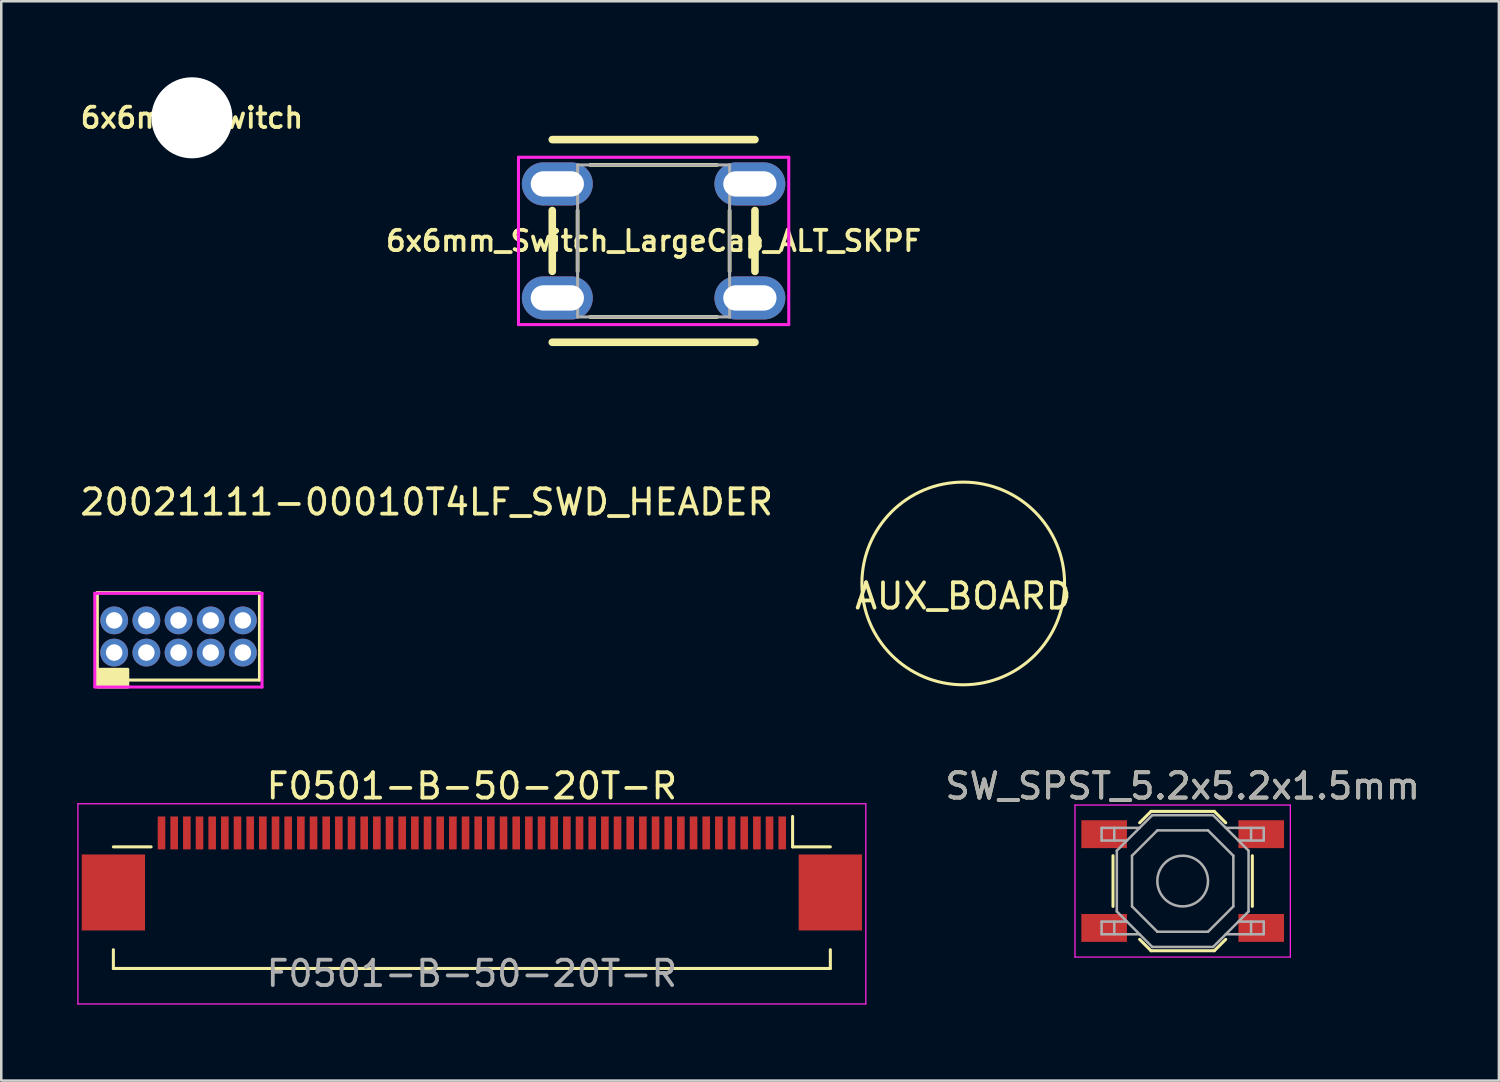
<source format=kicad_pcb>
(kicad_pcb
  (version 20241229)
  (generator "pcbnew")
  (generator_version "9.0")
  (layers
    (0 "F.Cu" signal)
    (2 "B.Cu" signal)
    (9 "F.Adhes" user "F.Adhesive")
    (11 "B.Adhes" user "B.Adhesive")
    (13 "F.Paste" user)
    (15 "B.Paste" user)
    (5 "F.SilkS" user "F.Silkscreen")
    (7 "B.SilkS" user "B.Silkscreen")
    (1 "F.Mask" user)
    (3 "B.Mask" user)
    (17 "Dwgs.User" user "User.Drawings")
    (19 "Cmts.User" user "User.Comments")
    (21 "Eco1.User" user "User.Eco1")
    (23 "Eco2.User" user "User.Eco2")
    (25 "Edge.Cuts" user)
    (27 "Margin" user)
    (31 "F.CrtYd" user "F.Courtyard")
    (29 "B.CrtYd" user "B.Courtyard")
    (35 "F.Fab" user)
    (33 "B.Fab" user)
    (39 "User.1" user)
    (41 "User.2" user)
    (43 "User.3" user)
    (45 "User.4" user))
  (footprint "20021111-00010T4LF_SWD_HEADER"
    (layer "F.Cu")
    (at 3.992 22.068)
    (property "Reference" "20021111-00010T4LF_SWD_HEADER" (at 9.8 -5.3 0) (layer "F.SilkS") (effects (font (size 1 1) (thickness 0.15))))
    (attr through_hole)
    (fp_line (start -3.2 -1.725) (end -3.2 1.725) (stroke (width 0.12) (type solid)) (layer "F.SilkS"))
    (fp_line (start -3.2 -1.725) (end 3.2 -1.725) (stroke (width 0.12) (type solid)) (layer "F.SilkS"))
    (fp_line (start 3.2 1.725) (end -3.2 1.725) (stroke (width 0.12) (type solid)) (layer "F.SilkS"))
    (fp_line (start 3.2 1.725) (end 3.2 -1.725) (stroke (width 0.12) (type solid)) (layer "F.SilkS"))
    (fp_poly (pts (xy -2 2) (xy -3.2 2) (xy -3.2 1.3) (xy -2 1.3)) (stroke (width 0.12) (type solid)) (fill yes) (layer "F.SilkS"))
    (fp_line (start -3.3 -1.7) (end -3.2 -1.7) (stroke (width 0.12) (type solid)) (layer "F.CrtYd"))
    (fp_line (start -3.3 2) (end -3.3 -1.7) (stroke (width 0.12) (type solid)) (layer "F.CrtYd"))
    (fp_line (start -3.2 -1.7) (end 3.3 -1.7) (stroke (width 0.12) (type solid)) (layer "F.CrtYd"))
    (fp_line (start 3.3 -1.7) (end 3.3 2) (stroke (width 0.12) (type solid)) (layer "F.CrtYd"))
    (fp_line (start 3.3 2) (end -3.3 2) (stroke (width 0.12) (type solid)) (layer "F.CrtYd"))
    (pad "1" thru_hole circle (at -2.535 0.64) (size 1.1 1.1) (drill 0.65) (layers "*.Cu" "*.Mask"))
    (pad "2" thru_hole circle (at -2.535 -0.63) (size 1.1 1.1) (drill 0.65) (layers "*.Cu" "*.Mask"))
    (pad "3" thru_hole circle (at -1.265 0.64) (size 1.1 1.1) (drill 0.65) (layers "*.Cu" "*.Mask"))
    (pad "4" thru_hole circle (at -1.265 -0.63) (size 1.1 1.1) (drill 0.65) (layers "*.Cu" "*.Mask"))
    (pad "5" thru_hole circle (at 0.005 0.64) (size 1.1 1.1) (drill 0.65) (layers "*.Cu" "*.Mask"))
    (pad "6" thru_hole circle (at 0.005 -0.63) (size 1.1 1.1) (drill 0.65) (layers "*.Cu" "*.Mask"))
    (pad "7" thru_hole circle (at 1.275 0.64) (size 1.1 1.1) (drill 0.65) (layers "*.Cu" "*.Mask"))
    (pad "8" thru_hole circle (at 1.275 -0.63) (size 1.1 1.1) (drill 0.65) (layers "*.Cu" "*.Mask"))
    (pad "9" thru_hole circle (at 2.545 0.64) (size 1.1 1.1) (drill 0.65) (layers "*.Cu" "*.Mask"))
    (pad "10" thru_hole circle (at 2.545 -0.63) (size 1.1 1.1) (drill 0.65) (layers "*.Cu" "*.Mask")))
  (footprint "F0501-B-50-20T-R"
    (layer "F.Cu")
    (at 15.575 30.477)
    (property "Reference" "F0501-B-50-20T-R" (at 0 -2.5 0) (layer "F.SilkS") (effects (font (size 1 1) (thickness 0.15))))
    (attr smd)
    (fp_line (start -14.15 4.7) (end -14.15 3.96) (stroke (width 0.12) (type solid)) (layer "F.SilkS"))
    (fp_line (start -12.66 -0.1) (end -14.15 -0.1) (stroke (width 0.12) (type solid)) (layer "F.SilkS"))
    (fp_line (start 12.66 -0.1) (end 12.66 -1.3) (stroke (width 0.12) (type solid)) (layer "F.SilkS"))
    (fp_line (start 12.66 -0.1) (end 14.15 -0.1) (stroke (width 0.12) (type solid)) (layer "F.SilkS"))
    (fp_line (start 14.15 3.96) (end 14.15 4.7) (stroke (width 0.12) (type solid)) (layer "F.SilkS"))
    (fp_line (start 14.15 4.7) (end -14.15 4.7) (stroke (width 0.12) (type solid)) (layer "F.SilkS"))
    (fp_line (start -15.55 -1.8) (end 15.55 -1.8) (stroke (width 0.05) (type solid)) (layer "F.CrtYd"))
    (fp_line (start -15.55 6.1) (end -15.55 -1.8) (stroke (width 0.05) (type solid)) (layer "F.CrtYd"))
    (fp_line (start 15.55 -1.8) (end 15.55 6.1) (stroke (width 0.05) (type solid)) (layer "F.CrtYd"))
    (fp_line (start 15.55 6.1) (end -15.55 6.1) (stroke (width 0.05) (type solid)) (layer "F.CrtYd"))
    (fp_text user "${REFERENCE}" (at 0 4.9 0) (layer "F.Fab") (effects (font (size 1 1) (thickness 0.15))))
    (pad "1" smd rect (at 12.25 -0.65) (size 0.3 1.3) (layers "F.Cu" "F.Mask" "F.Paste"))
    (pad "2" smd rect (at 11.75 -0.65) (size 0.3 1.3) (layers "F.Cu" "F.Mask" "F.Paste"))
    (pad "3" smd rect (at 11.25 -0.65) (size 0.3 1.3) (layers "F.Cu" "F.Mask" "F.Paste"))
    (pad "4" smd rect (at 10.75 -0.65) (size 0.3 1.3) (layers "F.Cu" "F.Mask" "F.Paste"))
    (pad "5" smd rect (at 10.25 -0.65) (size 0.3 1.3) (layers "F.Cu" "F.Mask" "F.Paste"))
    (pad "6" smd rect (at 9.75 -0.65) (size 0.3 1.3) (layers "F.Cu" "F.Mask" "F.Paste"))
    (pad "7" smd rect (at 9.25 -0.65) (size 0.3 1.3) (layers "F.Cu" "F.Mask" "F.Paste"))
    (pad "8" smd rect (at 8.75 -0.65) (size 0.3 1.3) (layers "F.Cu" "F.Mask" "F.Paste"))
    (pad "9" smd rect (at 8.25 -0.65) (size 0.3 1.3) (layers "F.Cu" "F.Mask" "F.Paste"))
    (pad "10" smd rect (at 7.75 -0.65) (size 0.3 1.3) (layers "F.Cu" "F.Mask" "F.Paste"))
    (pad "11" smd rect (at 7.25 -0.65) (size 0.3 1.3) (layers "F.Cu" "F.Mask" "F.Paste"))
    (pad "12" smd rect (at 6.75 -0.65) (size 0.3 1.3) (layers "F.Cu" "F.Mask" "F.Paste"))
    (pad "13" smd rect (at 6.25 -0.65) (size 0.3 1.3) (layers "F.Cu" "F.Mask" "F.Paste"))
    (pad "14" smd rect (at 5.75 -0.65) (size 0.3 1.3) (layers "F.Cu" "F.Mask" "F.Paste"))
    (pad "15" smd rect (at 5.25 -0.65) (size 0.3 1.3) (layers "F.Cu" "F.Mask" "F.Paste"))
    (pad "16" smd rect (at 4.75 -0.65) (size 0.3 1.3) (layers "F.Cu" "F.Mask" "F.Paste"))
    (pad "17" smd rect (at 4.25 -0.65) (size 0.3 1.3) (layers "F.Cu" "F.Mask" "F.Paste"))
    (pad "18" smd rect (at 3.75 -0.65) (size 0.3 1.3) (layers "F.Cu" "F.Mask" "F.Paste"))
    (pad "19" smd rect (at 3.25 -0.65) (size 0.3 1.3) (layers "F.Cu" "F.Mask" "F.Paste"))
    (pad "20" smd rect (at 2.75 -0.65) (size 0.3 1.3) (layers "F.Cu" "F.Mask" "F.Paste"))
    (pad "21" smd rect (at 2.25 -0.65) (size 0.3 1.3) (layers "F.Cu" "F.Mask" "F.Paste"))
    (pad "22" smd rect (at 1.75 -0.65) (size 0.3 1.3) (layers "F.Cu" "F.Mask" "F.Paste"))
    (pad "23" smd rect (at 1.25 -0.65) (size 0.3 1.3) (layers "F.Cu" "F.Mask" "F.Paste"))
    (pad "24" smd rect (at 0.75 -0.65) (size 0.3 1.3) (layers "F.Cu" "F.Mask" "F.Paste"))
    (pad "25" smd rect (at 0.25 -0.65) (size 0.3 1.3) (layers "F.Cu" "F.Mask" "F.Paste"))
    (pad "26" smd rect (at -0.25 -0.65) (size 0.3 1.3) (layers "F.Cu" "F.Mask" "F.Paste"))
    (pad "27" smd rect (at -0.75 -0.65) (size 0.3 1.3) (layers "F.Cu" "F.Mask" "F.Paste"))
    (pad "28" smd rect (at -1.25 -0.65) (size 0.3 1.3) (layers "F.Cu" "F.Mask" "F.Paste"))
    (pad "29" smd rect (at -1.75 -0.65) (size 0.3 1.3) (layers "F.Cu" "F.Mask" "F.Paste"))
    (pad "30" smd rect (at -2.25 -0.65) (size 0.3 1.3) (layers "F.Cu" "F.Mask" "F.Paste"))
    (pad "31" smd rect (at -2.75 -0.65) (size 0.3 1.3) (layers "F.Cu" "F.Mask" "F.Paste"))
    (pad "32" smd rect (at -3.25 -0.65) (size 0.3 1.3) (layers "F.Cu" "F.Mask" "F.Paste"))
    (pad "33" smd rect (at -3.75 -0.65) (size 0.3 1.3) (layers "F.Cu" "F.Mask" "F.Paste"))
    (pad "34" smd rect (at -4.25 -0.65) (size 0.3 1.3) (layers "F.Cu" "F.Mask" "F.Paste"))
    (pad "35" smd rect (at -4.75 -0.65) (size 0.3 1.3) (layers "F.Cu" "F.Mask" "F.Paste"))
    (pad "36" smd rect (at -5.25 -0.65) (size 0.3 1.3) (layers "F.Cu" "F.Mask" "F.Paste"))
    (pad "37" smd rect (at -5.75 -0.65) (size 0.3 1.3) (layers "F.Cu" "F.Mask" "F.Paste"))
    (pad "38" smd rect (at -6.25 -0.65) (size 0.3 1.3) (layers "F.Cu" "F.Mask" "F.Paste"))
    (pad "39" smd rect (at -6.75 -0.65) (size 0.3 1.3) (layers "F.Cu" "F.Mask" "F.Paste"))
    (pad "40" smd rect (at -7.25 -0.65) (size 0.3 1.3) (layers "F.Cu" "F.Mask" "F.Paste"))
    (pad "41" smd rect (at -7.75 -0.65) (size 0.3 1.3) (layers "F.Cu" "F.Mask" "F.Paste"))
    (pad "42" smd rect (at -8.25 -0.65) (size 0.3 1.3) (layers "F.Cu" "F.Mask" "F.Paste"))
    (pad "43" smd rect (at -8.75 -0.65) (size 0.3 1.3) (layers "F.Cu" "F.Mask" "F.Paste"))
    (pad "44" smd rect (at -9.25 -0.65) (size 0.3 1.3) (layers "F.Cu" "F.Mask" "F.Paste"))
    (pad "45" smd rect (at -9.75 -0.65) (size 0.3 1.3) (layers "F.Cu" "F.Mask" "F.Paste"))
    (pad "46" smd rect (at -10.25 -0.65) (size 0.3 1.3) (layers "F.Cu" "F.Mask" "F.Paste"))
    (pad "47" smd rect (at -10.75 -0.65) (size 0.3 1.3) (layers "F.Cu" "F.Mask" "F.Paste"))
    (pad "48" smd rect (at -11.25 -0.65) (size 0.3 1.3) (layers "F.Cu" "F.Mask" "F.Paste"))
    (pad "49" smd rect (at -11.75 -0.65) (size 0.3 1.3) (layers "F.Cu" "F.Mask" "F.Paste"))
    (pad "50" smd rect (at -12.25 -0.65) (size 0.3 1.3) (layers "F.Cu" "F.Mask" "F.Paste"))
    (pad "MP" smd rect (at -14.15 1.7) (size 2.5 3) (layers "F.Cu" "F.Mask" "F.Paste"))
    (pad "MP" smd rect (at 14.15 1.7) (size 2.5 3) (layers "F.Cu" "F.Mask" "F.Paste")))
  (footprint "AUX_BOARD"
    (layer "F.Cu")
    (at 34.97 19.98)
    (property "Reference" "AUX_BOARD" (at 0 0.5 0) (layer "F.SilkS") (effects (font (size 1 1) (thickness 0.15))))
    (attr through_hole)
    (fp_circle (center 0 0) (end 0 4) (stroke (width 0.12) (type solid)) (fill no) (layer "F.SilkS")))
  (footprint "6x6mm_Switch_LargeCap_ALT_SKPF"
    (layer "F.Cu")
    (at 22.749 6.46)
    (property "Reference" "6x6mm_Switch_LargeCap_ALT_SKPF" (at 0 0 180) (layer "F.SilkS") (effects (font (size 0.8 0.8) (thickness 0.15))))
    (attr through_hole)
    (fp_line (start -4 -4) (end 4 -4) (stroke (width 0.3) (type solid)) (layer "F.SilkS"))
    (fp_line (start -4 1.2) (end -4 -1.2) (stroke (width 0.3) (type solid)) (layer "F.SilkS"))
    (fp_line (start -4 4) (end 4 4) (stroke (width 0.3) (type solid)) (layer "F.SilkS"))
    (fp_line (start -3 1.2) (end -3 -1.2) (stroke (width 0.15) (type solid)) (layer "F.SilkS"))
    (fp_line (start -2.5 -3) (end 2.5 -3) (stroke (width 0.15) (type solid)) (layer "F.SilkS"))
    (fp_line (start 2.5 3) (end -2.5 3) (stroke (width 0.15) (type solid)) (layer "F.SilkS"))
    (fp_line (start 3 -1.2) (end 3 1.2) (stroke (width 0.15) (type solid)) (layer "F.SilkS"))
    (fp_line (start 4 -1.2) (end 4 1.2) (stroke (width 0.3) (type solid)) (layer "F.SilkS"))
    (fp_circle (center 0 0) (end 5.75 0) (stroke (width 0.12) (type solid)) (fill no) (layer "Eco1.User"))
    (fp_circle (center 0 0) (end 6.4 0) (stroke (width 0.12) (type solid)) (fill no) (layer "Eco1.User"))
    (fp_line (start -5.334 -3.302) (end 5.334 -3.302) (stroke (width 0.12) (type solid)) (layer "F.CrtYd"))
    (fp_line (start -5.334 3.302) (end -5.334 -3.302) (stroke (width 0.12) (type solid)) (layer "F.CrtYd"))
    (fp_line (start 5.334 -3.302) (end 5.334 3.302) (stroke (width 0.12) (type solid)) (layer "F.CrtYd"))
    (fp_line (start 5.334 3.302) (end -5.334 3.302) (stroke (width 0.12) (type solid)) (layer "F.CrtYd"))
    (fp_line (start -3 -3) (end 3 -3) (stroke (width 0.12) (type solid)) (layer "F.Fab"))
    (fp_line (start -3 3) (end -3 -3) (stroke (width 0.12) (type solid)) (layer "F.Fab"))
    (fp_line (start 3 -3) (end 3 3) (stroke (width 0.12) (type solid)) (layer "F.Fab"))
    (fp_line (start 3 3) (end -3 3) (stroke (width 0.12) (type solid)) (layer "F.Fab"))
    (pad "1" thru_hole oval (at -3.8 -2.25) (size 2.8 1.7) (drill oval 2.1 1) (layers "*.Cu" "*.Mask"))
    (pad "1" thru_hole oval (at 3.8 -2.25) (size 2.8 1.7) (drill oval 2.1 1) (layers "*.Cu" "*.Mask"))
    (pad "2" thru_hole oval (at -3.8 2.25) (size 2.8 1.7) (drill oval 2.1 1) (layers "*.Cu" "*.Mask"))
    (pad "2" thru_hole oval (at 3.8 2.25) (size 2.8 1.7) (drill oval 2.1 1) (layers "*.Cu" "*.Mask")))
  (footprint "SW_SPST_5.2x5.2x1.5mm"
    (layer "F.Cu")
    (at 43.632 31.727)
    (property "Reference" "SW_SPST_5.2x5.2x1.5mm" (at 0 -3.75 0) (layer "F.SilkS") (effects (font (size 1 1) (thickness 0.15))))
    (attr smd)
    (fp_line (start -2.75 -1) (end -2.75 1) (stroke (width 0.12) (type solid)) (layer "F.SilkS"))
    (fp_line (start -1.7 -2.3) (end -1.25 -2.75) (stroke (width 0.12) (type solid)) (layer "F.SilkS"))
    (fp_line (start -1.7 2.3) (end -1.25 2.75) (stroke (width 0.12) (type solid)) (layer "F.SilkS"))
    (fp_line (start -1.25 -2.75) (end 1.25 -2.75) (stroke (width 0.12) (type solid)) (layer "F.SilkS"))
    (fp_line (start -1.25 2.75) (end 1.25 2.75) (stroke (width 0.12) (type solid)) (layer "F.SilkS"))
    (fp_line (start 1.7 -2.3) (end 1.25 -2.75) (stroke (width 0.12) (type solid)) (layer "F.SilkS"))
    (fp_line (start 1.7 2.3) (end 1.25 2.75) (stroke (width 0.12) (type solid)) (layer "F.SilkS"))
    (fp_line (start 2.75 -1) (end 2.75 1) (stroke (width 0.12) (type solid)) (layer "F.SilkS"))
    (fp_line (start -4.25 -3) (end 4.25 -3) (stroke (width 0.05) (type solid)) (layer "F.CrtYd"))
    (fp_line (start -4.25 3) (end -4.25 -3) (stroke (width 0.05) (type solid)) (layer "F.CrtYd"))
    (fp_line (start 4.25 -3) (end 4.25 3) (stroke (width 0.05) (type solid)) (layer "F.CrtYd"))
    (fp_line (start 4.25 3) (end -4.25 3) (stroke (width 0.05) (type solid)) (layer "F.CrtYd"))
    (fp_line (start -3.2 -2.1) (end -3.2 -1.6) (stroke (width 0.1) (type solid)) (layer "F.Fab"))
    (fp_line (start -3.2 -1.6) (end -2.2 -1.6) (stroke (width 0.1) (type solid)) (layer "F.Fab"))
    (fp_line (start -3.2 1.6) (end -2.2 1.6) (stroke (width 0.1) (type solid)) (layer "F.Fab"))
    (fp_line (start -3.2 2.1) (end -3.2 1.6) (stroke (width 0.1) (type solid)) (layer "F.Fab"))
    (fp_line (start -2.7 -2.1) (end -2.7 -1.6) (stroke (width 0.1) (type solid)) (layer "F.Fab"))
    (fp_line (start -2.7 2.1) (end -2.7 1.6) (stroke (width 0.1) (type solid)) (layer "F.Fab"))
    (fp_line (start -2.6 -1.2) (end -2.6 1.2) (stroke (width 0.1) (type solid)) (layer "F.Fab"))
    (fp_line (start -2.6 1.2) (end -1.2 2.6) (stroke (width 0.1) (type solid)) (layer "F.Fab"))
    (fp_line (start -2 -1) (end -1 -2) (stroke (width 0.1) (type solid)) (layer "F.Fab"))
    (fp_line (start -2 1) (end -2 -1) (stroke (width 0.1) (type solid)) (layer "F.Fab"))
    (fp_line (start -1.7 -2.1) (end -3.2 -2.1) (stroke (width 0.1) (type solid)) (layer "F.Fab"))
    (fp_line (start -1.7 2.1) (end -3.2 2.1) (stroke (width 0.1) (type solid)) (layer "F.Fab"))
    (fp_line (start -1.2 -2.6) (end -2.6 -1.2) (stroke (width 0.1) (type solid)) (layer "F.Fab"))
    (fp_line (start -1.2 2.6) (end 1.2 2.6) (stroke (width 0.1) (type solid)) (layer "F.Fab"))
    (fp_line (start -1 -2) (end 1 -2) (stroke (width 0.1) (type solid)) (layer "F.Fab"))
    (fp_line (start -1 2) (end -2 1) (stroke (width 0.1) (type solid)) (layer "F.Fab"))
    (fp_line (start 1 -2) (end 2 -1) (stroke (width 0.1) (type solid)) (layer "F.Fab"))
    (fp_line (start 1 2) (end -1 2) (stroke (width 0.1) (type solid)) (layer "F.Fab"))
    (fp_line (start 1.2 -2.6) (end -1.2 -2.6) (stroke (width 0.1) (type solid)) (layer "F.Fab"))
    (fp_line (start 1.2 2.6) (end 2.6 1.2) (stroke (width 0.1) (type solid)) (layer "F.Fab"))
    (fp_line (start 1.7 -2.1) (end 3.2 -2.1) (stroke (width 0.1) (type solid)) (layer "F.Fab"))
    (fp_line (start 1.7 2.1) (end 3.2 2.1) (stroke (width 0.1) (type solid)) (layer "F.Fab"))
    (fp_line (start 2 -1) (end 2 1) (stroke (width 0.1) (type solid)) (layer "F.Fab"))
    (fp_line (start 2 1) (end 1 2) (stroke (width 0.1) (type solid)) (layer "F.Fab"))
    (fp_line (start 2.6 -1.2) (end 1.2 -2.6) (stroke (width 0.1) (type solid)) (layer "F.Fab"))
    (fp_line (start 2.6 1.2) (end 2.6 -1.2) (stroke (width 0.1) (type solid)) (layer "F.Fab"))
    (fp_line (start 2.7 -2.1) (end 2.7 -1.6) (stroke (width 0.1) (type solid)) (layer "F.Fab"))
    (fp_line (start 2.7 2.1) (end 2.7 1.6) (stroke (width 0.1) (type solid)) (layer "F.Fab"))
    (fp_line (start 3.2 -2.1) (end 3.2 -1.6) (stroke (width 0.1) (type solid)) (layer "F.Fab"))
    (fp_line (start 3.2 -1.6) (end 2.2 -1.6) (stroke (width 0.1) (type solid)) (layer "F.Fab"))
    (fp_line (start 3.2 1.6) (end 2.2 1.6) (stroke (width 0.1) (type solid)) (layer "F.Fab"))
    (fp_line (start 3.2 2.1) (end 3.2 1.6) (stroke (width 0.1) (type solid)) (layer "F.Fab"))
    (fp_circle (center 0 0) (end 1 0) (stroke (width 0.1) (type solid)) (fill no) (layer "F.Fab"))
    (fp_text user "${REFERENCE}" (at 0 -3.75 0) (layer "F.Fab") (effects (font (size 1 1) (thickness 0.15))))
    (pad "1" smd rect (at -3.1 -1.85) (size 1.8 1.1) (layers "F.Cu" "F.Mask" "F.Paste"))
    (pad "1" smd rect (at 3.1 -1.85) (size 1.8 1.1) (layers "F.Cu" "F.Mask" "F.Paste"))
    (pad "2" smd rect (at -3.1 1.85) (size 1.8 1.1) (layers "F.Cu" "F.Mask" "F.Paste"))
    (pad "2" smd rect (at 3.1 1.85) (size 1.8 1.1) (layers "F.Cu" "F.Mask" "F.Paste")))
  (footprint "6x6mm_Switch"
    (layer "F.Cu")
    (at 4.526 1.6)
    (property "Reference" "6x6mm_Switch" (at 0 0 0) (layer "F.SilkS") (effects (font (size 0.8 0.8) (thickness 0.15))))
    (attr through_hole)
    (pad "" np_thru_hole circle (at 0 0) (size 3.2 3.2) (drill 3.2) (layers "*.Cu" "*.Mask")))
  (gr_rect
    (start -3 -3)
    (end 56.114 39.602)
    (stroke (width 0.1) (type default))
    (fill no)
    (layer "Edge.Cuts")))
</source>
